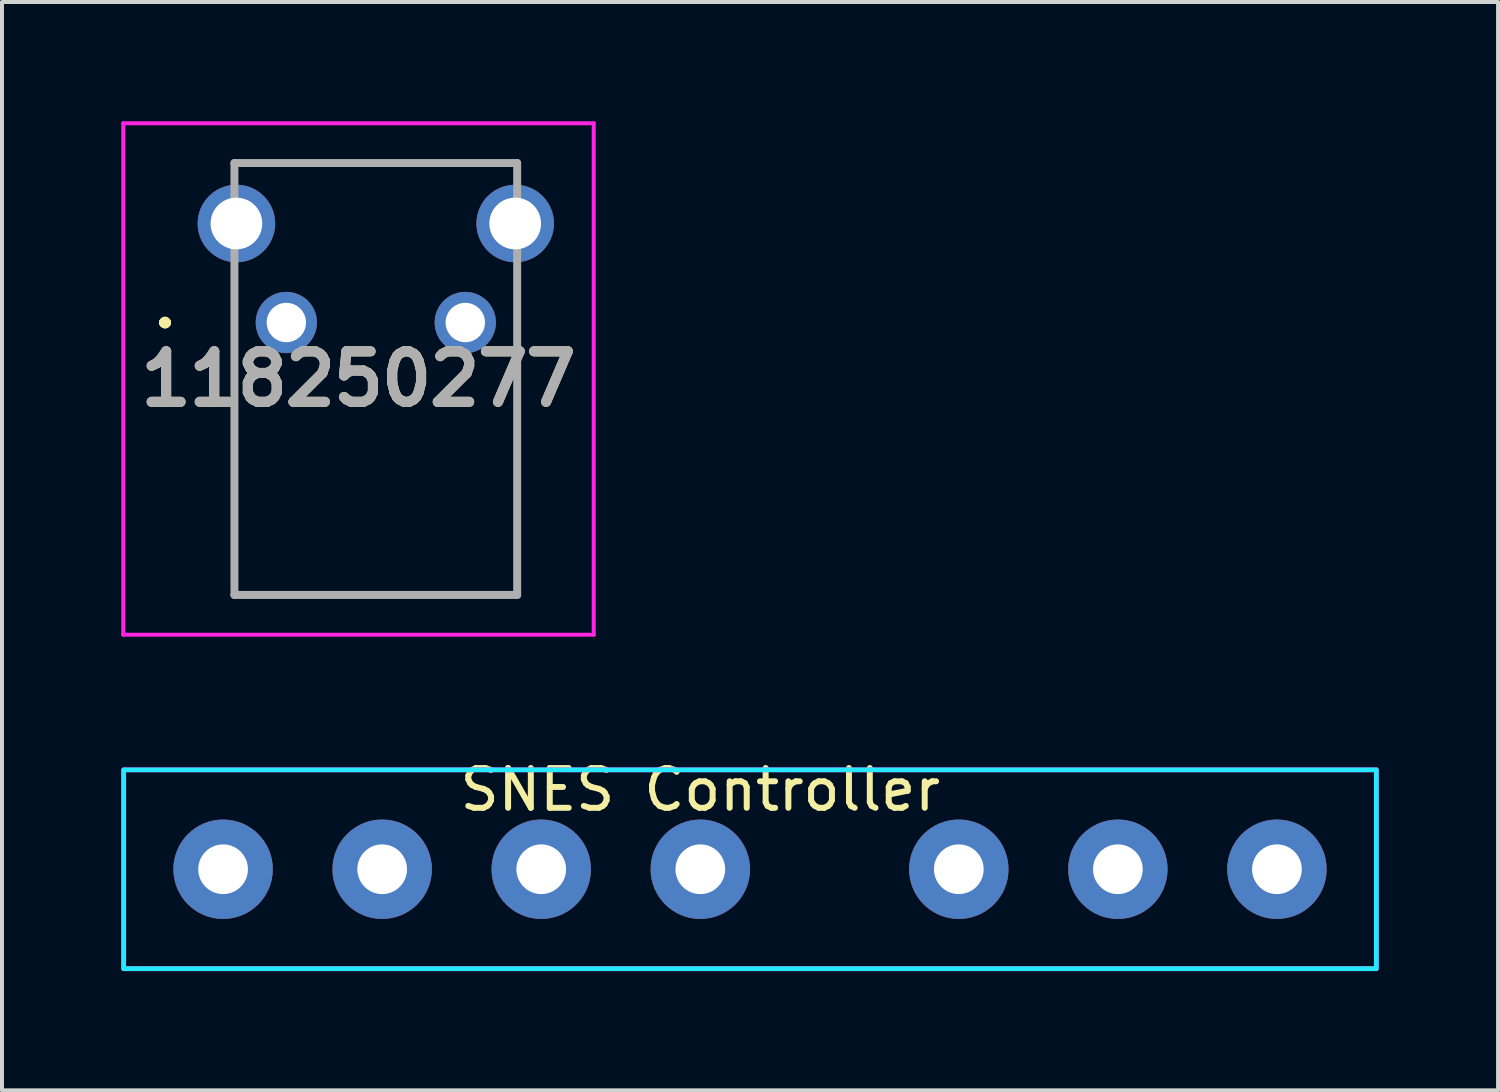
<source format=kicad_pcb>
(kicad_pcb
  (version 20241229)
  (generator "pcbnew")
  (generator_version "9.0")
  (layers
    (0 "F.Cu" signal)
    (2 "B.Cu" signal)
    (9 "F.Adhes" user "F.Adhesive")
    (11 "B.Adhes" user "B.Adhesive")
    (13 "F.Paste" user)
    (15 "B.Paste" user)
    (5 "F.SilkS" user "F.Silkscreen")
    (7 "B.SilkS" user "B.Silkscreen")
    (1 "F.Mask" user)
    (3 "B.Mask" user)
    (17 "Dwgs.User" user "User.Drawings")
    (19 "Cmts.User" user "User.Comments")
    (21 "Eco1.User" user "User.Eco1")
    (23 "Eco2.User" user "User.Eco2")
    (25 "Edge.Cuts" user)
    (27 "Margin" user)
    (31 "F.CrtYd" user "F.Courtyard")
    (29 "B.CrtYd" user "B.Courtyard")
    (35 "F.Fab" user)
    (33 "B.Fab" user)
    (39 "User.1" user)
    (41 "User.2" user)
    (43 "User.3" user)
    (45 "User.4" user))
  (footprint "118250277"
    (layer "F.Cu")
    (at 4.15 5.06)
    (property "Reference" "118250277" (at 1.815 1.42 0) (layer "F.SilkS") (effects (font (size 1.27 1.27) (thickness 0.254))))
    (attr through_hole)
    (fp_line (start -3.1 0) (end -3.1 0) (stroke (width 0.2) (type solid)) (layer "F.SilkS"))
    (fp_line (start -3.1 0) (end -3.1 0) (stroke (width 0.2) (type solid)) (layer "F.SilkS"))
    (fp_line (start -3 0) (end -3 0) (stroke (width 0.2) (type solid)) (layer "F.SilkS"))
    (fp_line (start -1.305 -4.01) (end 5.805 -4.01) (stroke (width 0.1) (type solid)) (layer "F.SilkS"))
    (fp_line (start -1.305 -4) (end -1.305 -4.01) (stroke (width 0.1) (type solid)) (layer "F.SilkS"))
    (fp_line (start -1.305 -1) (end -1.305 -1) (stroke (width 0.1) (type solid)) (layer "F.SilkS"))
    (fp_line (start -1.305 -1) (end -1.305 6.85) (stroke (width 0.1) (type solid)) (layer "F.SilkS"))
    (fp_line (start -1.305 6.85) (end -1.305 -1) (stroke (width 0.1) (type solid)) (layer "F.SilkS"))
    (fp_line (start -1.305 6.85) (end -1.305 6.85) (stroke (width 0.1) (type solid)) (layer "F.SilkS"))
    (fp_line (start -1.305 6.85) (end -1.305 6.85) (stroke (width 0.1) (type solid)) (layer "F.SilkS"))
    (fp_line (start -1.305 6.85) (end 5.805 6.85) (stroke (width 0.1) (type solid)) (layer "F.SilkS"))
    (fp_line (start 5.805 -4.01) (end 5.805 -4) (stroke (width 0.1) (type solid)) (layer "F.SilkS"))
    (fp_line (start 5.805 -4) (end -1.305 -4) (stroke (width 0.1) (type solid)) (layer "F.SilkS"))
    (fp_line (start 5.805 -1) (end 5.805 -1) (stroke (width 0.1) (type solid)) (layer "F.SilkS"))
    (fp_line (start 5.805 -1) (end 5.805 6.85) (stroke (width 0.1) (type solid)) (layer "F.SilkS"))
    (fp_line (start 5.805 6.85) (end -1.305 6.85) (stroke (width 0.1) (type solid)) (layer "F.SilkS"))
    (fp_line (start 5.805 6.85) (end 5.805 -1) (stroke (width 0.1) (type solid)) (layer "F.SilkS"))
    (fp_line (start 5.805 6.85) (end 5.805 6.85) (stroke (width 0.1) (type solid)) (layer "F.SilkS"))
    (fp_line (start 5.805 6.85) (end 5.805 6.85) (stroke (width 0.1) (type solid)) (layer "F.SilkS"))
    (fp_arc (start -3.1 0) (mid -3.05 -0.05) (end -3 0) (stroke (width 0.2) (type solid)) (layer "F.SilkS"))
    (fp_arc (start -3 0) (mid -3.05 0.05) (end -3.1 0) (stroke (width 0.2) (type solid)) (layer "F.SilkS"))
    (fp_arc (start -3 0) (mid -3.05 0.05) (end -3.1 0) (stroke (width 0.2) (type solid)) (layer "F.SilkS"))
    (fp_line (start -4.1 -5.01) (end 7.73 -5.01) (stroke (width 0.1) (type solid)) (layer "F.CrtYd"))
    (fp_line (start -4.1 7.85) (end -4.1 -5.01) (stroke (width 0.1) (type solid)) (layer "F.CrtYd"))
    (fp_line (start 7.73 -5.01) (end 7.73 7.85) (stroke (width 0.1) (type solid)) (layer "F.CrtYd"))
    (fp_line (start 7.73 7.85) (end -4.1 7.85) (stroke (width 0.1) (type solid)) (layer "F.CrtYd"))
    (fp_line (start -1.305 -4.01) (end -1.305 6.85) (stroke (width 0.2) (type solid)) (layer "F.Fab"))
    (fp_line (start -1.305 6.85) (end 5.805 6.85) (stroke (width 0.2) (type solid)) (layer "F.Fab"))
    (fp_line (start 5.805 -4.01) (end -1.305 -4.01) (stroke (width 0.2) (type solid)) (layer "F.Fab"))
    (fp_line (start 5.805 6.85) (end 5.805 -4.01) (stroke (width 0.2) (type solid)) (layer "F.Fab"))
    (fp_text user "${REFERENCE}" (at 1.815 1.42 0) (layer "F.Fab") (effects (font (size 1.27 1.27) (thickness 0.254))))
    (pad "1" thru_hole circle (at 0 0) (size 1.54 1.54) (drill 0.99) (layers "*.Cu" "*.Mask"))
    (pad "2" thru_hole circle (at 4.5 0) (size 1.54 1.54) (drill 0.99) (layers "*.Cu" "*.Mask"))
    (pad "MH1" thru_hole circle (at -1.255 -2.49) (size 1.95 1.95) (drill 1.3) (layers "*.Cu" "*.Mask"))
    (pad "MH2" thru_hole circle (at 5.755 -2.49) (size 1.95 1.95) (drill 1.3) (layers "*.Cu" "*.Mask")))
  (footprint "SNES Controller"
    (layer "F.Cu")
    (at 14.56 18.808)
    (property "Reference" "SNES Controller" (at 0 -2 0) (unlocked yes) (layer "F.SilkS") (effects (font (size 1 1) (thickness 0.15))))
    (attr through_hole)
    (fp_rect (start -14.5 -2.5) (end 17 2.5) (stroke (width 0.12) (type default)) (fill no) (layer "B.CrtYd"))
    (fp_rect (start -14.5 -2.5) (end 17 2.5) (stroke (width 0.12) (type default)) (fill no) (layer "F.CrtYd"))
    (pad "1" thru_hole circle (at -12 0) (size 2.5 2.5) (drill 1.25) (layers "*.Cu" "*.Mask"))
    (pad "2" thru_hole circle (at -8 0) (size 2.5 2.5) (drill 1.25) (layers "*.Cu" "*.Mask"))
    (pad "3" thru_hole circle (at -4 0) (size 2.5 2.5) (drill 1.25) (layers "*.Cu" "*.Mask"))
    (pad "4" thru_hole circle (at 0 0) (size 2.5 2.5) (drill 1.25) (layers "*.Cu" "*.Mask"))
    (pad "5" thru_hole circle (at 6.5 0) (size 2.5 2.5) (drill 1.25) (layers "*.Cu" "*.Mask"))
    (pad "6" thru_hole circle (at 10.5 0) (size 2.5 2.5) (drill 1.25) (layers "*.Cu" "*.Mask"))
    (pad "7" thru_hole circle (at 14.5 0) (size 2.5 2.5) (drill 1.25) (layers "*.Cu" "*.Mask")))
  (gr_rect
    (start -3 -3)
    (end 34.62 24.368)
    (stroke (width 0.1) (type default))
    (fill no)
    (layer "Edge.Cuts")))
</source>
